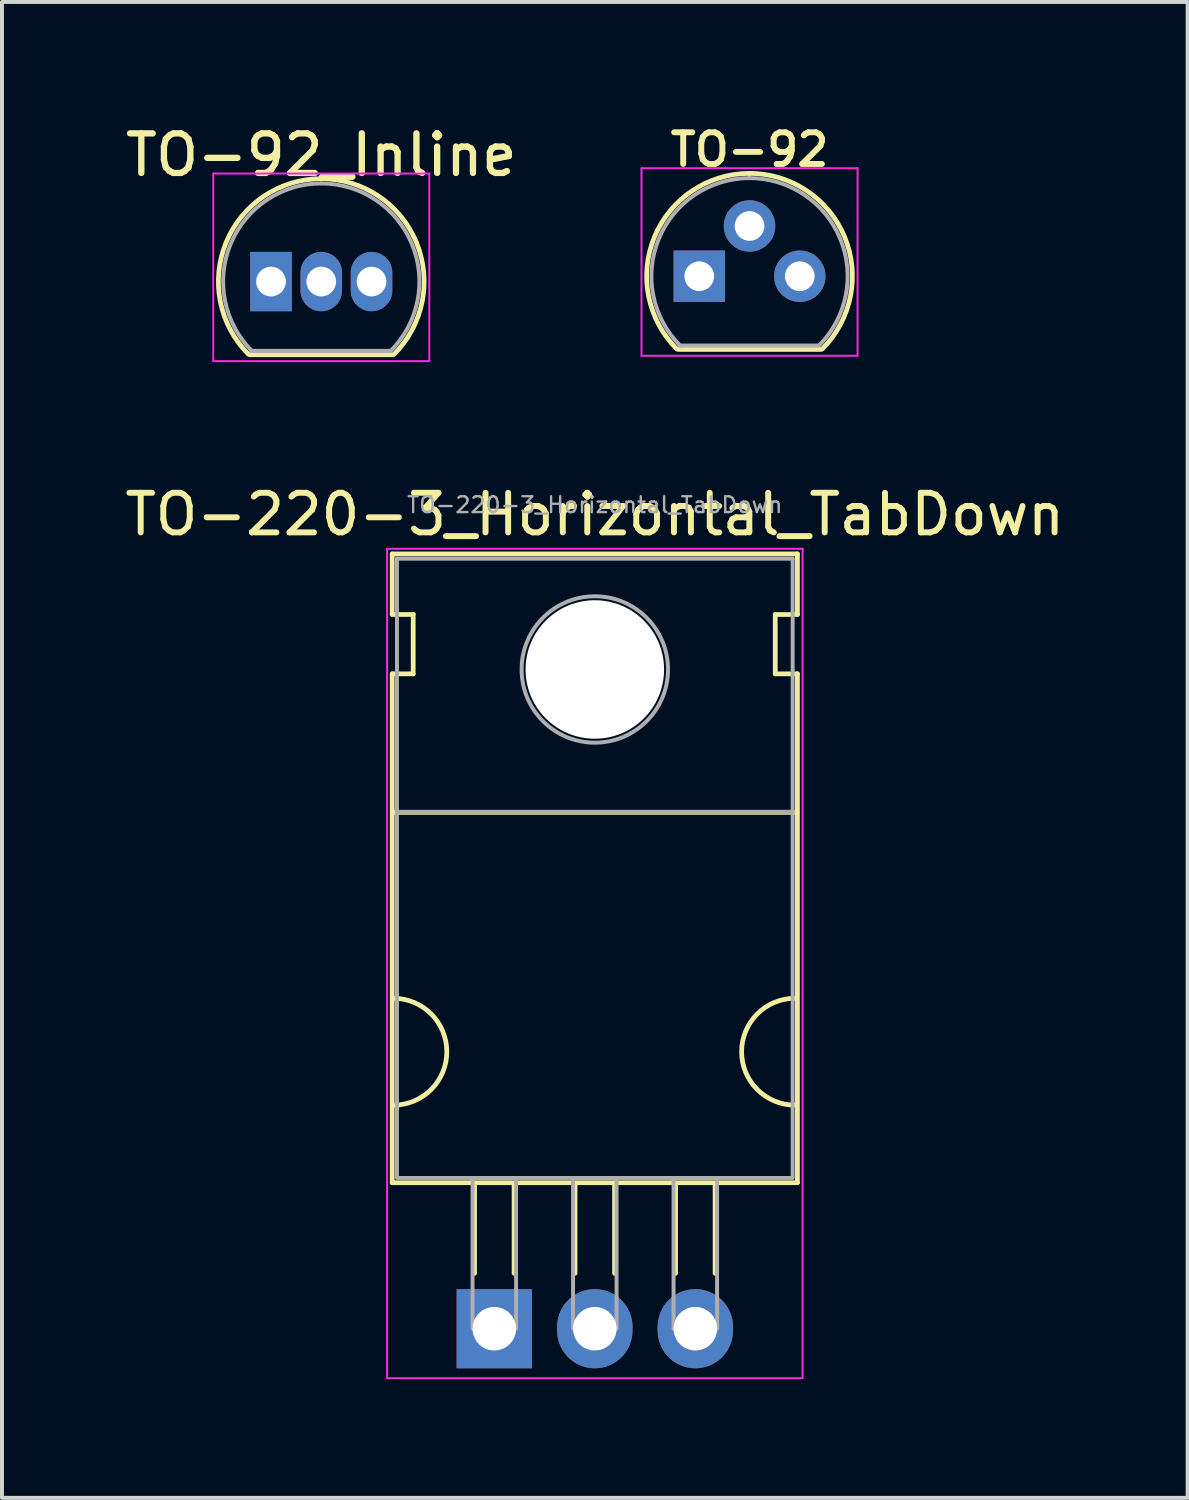
<source format=kicad_pcb>
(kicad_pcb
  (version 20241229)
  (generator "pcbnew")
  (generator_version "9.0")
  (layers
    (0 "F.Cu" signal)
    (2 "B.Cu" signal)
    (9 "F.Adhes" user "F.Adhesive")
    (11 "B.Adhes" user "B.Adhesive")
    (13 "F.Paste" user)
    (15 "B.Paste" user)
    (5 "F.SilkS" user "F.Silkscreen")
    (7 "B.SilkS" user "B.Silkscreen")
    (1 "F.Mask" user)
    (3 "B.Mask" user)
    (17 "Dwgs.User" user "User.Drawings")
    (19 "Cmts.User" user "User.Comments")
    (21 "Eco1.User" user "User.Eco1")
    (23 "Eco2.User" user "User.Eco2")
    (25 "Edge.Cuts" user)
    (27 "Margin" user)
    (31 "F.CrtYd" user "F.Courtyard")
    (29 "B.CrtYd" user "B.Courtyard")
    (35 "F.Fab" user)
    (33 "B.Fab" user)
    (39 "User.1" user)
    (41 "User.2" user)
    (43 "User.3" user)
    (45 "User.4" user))
  (footprint "TO-92_Inline"
    (layer "F.Cu")
    (at 3.799 4.066)
    (property "Reference" "TO-92_Inline" (at 1.27 -3.2 0) (layer "F.SilkS") (effects (font (size 1 1) (thickness 0.16))))
    (attr through_hole)
    (fp_line (start -0.53 1.85) (end 3.07 1.85) (stroke (width 0.12) (type solid)) (layer "F.SilkS"))
    (fp_arc (start -0.568478 1.838478) (mid -1.132087 -0.994977) (end 1.27 -2.6) (stroke (width 0.12) (type solid)) (layer "F.SilkS"))
    (fp_arc (start 1.27 -2.6) (mid 3.672087 -0.994977) (end 3.108478 1.838478) (stroke (width 0.12) (type solid)) (layer "F.SilkS"))
    (fp_line (start -1.46 -2.73) (end -1.46 2.01) (stroke (width 0.05) (type solid)) (layer "F.CrtYd"))
    (fp_line (start -1.46 -2.73) (end 4 -2.73) (stroke (width 0.05) (type solid)) (layer "F.CrtYd"))
    (fp_line (start 4 2.01) (end -1.46 2.01) (stroke (width 0.05) (type solid)) (layer "F.CrtYd"))
    (fp_line (start 4 2.01) (end 4 -2.73) (stroke (width 0.05) (type solid)) (layer "F.CrtYd"))
    (fp_line (start -0.5 1.75) (end 3 1.75) (stroke (width 0.1) (type solid)) (layer "F.Fab"))
    (fp_arc (start -0.483625 1.753625) (mid -1.021221 -0.949055) (end 1.27 -2.48) (stroke (width 0.1) (type solid)) (layer "F.Fab"))
    (fp_arc (start 1.27 -2.48) (mid 3.561221 -0.949055) (end 3.023625 1.753625) (stroke (width 0.1) (type solid)) (layer "F.Fab"))
    (pad "1" thru_hole rect (at 0 0) (size 1.05 1.5) (drill 0.75) (layers "*.Cu" "*.Mask"))
    (pad "2" thru_hole oval (at 1.27 0) (size 1.05 1.5) (drill 0.75) (layers "*.Cu" "*.Mask"))
    (pad "3" thru_hole oval (at 2.54 0) (size 1.05 1.5) (drill 0.75) (layers "*.Cu" "*.Mask")))
  (footprint "TO-220-3_Horizontal_TabDown"
    (layer "F.Cu")
    (at 9.442 30.529)
    (property "Reference" "TO-220-3_Horizontal_TabDown" (at 2.54 -20.58 0) (layer "F.SilkS") (effects (font (size 1 1) (thickness 0.15))))
    (fp_line (start -2.58 -19.58) (end -2.58 -18.05) (stroke (width 0.12) (type solid)) (layer "F.SilkS"))
    (fp_line (start -2.58 -19.58) (end 7.66 -19.58) (stroke (width 0.12) (type solid)) (layer "F.SilkS"))
    (fp_line (start -2.58 -18.05) (end -2.05 -18.05) (stroke (width 0.12) (type solid)) (layer "F.SilkS"))
    (fp_line (start -2.58 -16.55) (end -2.58 -3.69) (stroke (width 0.12) (type solid)) (layer "F.SilkS"))
    (fp_line (start -2.58 -3.69) (end 7.66 -3.69) (stroke (width 0.12) (type solid)) (layer "F.SilkS"))
    (fp_line (start -2.575 -13.05) (end 7.65 -13.05) (stroke (width 0.12) (type solid)) (layer "F.SilkS"))
    (fp_line (start -2.05 -18.05) (end -2.05 -16.55) (stroke (width 0.12) (type solid)) (layer "F.SilkS"))
    (fp_line (start -2.05 -16.55) (end -2.575 -16.55) (stroke (width 0.12) (type solid)) (layer "F.SilkS"))
    (fp_line (start -0.5 -3.65) (end -0.5 -1.4) (stroke (width 0.12) (type solid)) (layer "F.SilkS"))
    (fp_line (start 0.5 -3.65) (end 0.5 -1.4) (stroke (width 0.12) (type solid)) (layer "F.SilkS"))
    (fp_line (start 2.04 -3.65) (end 2.04 -1.4) (stroke (width 0.12) (type solid)) (layer "F.SilkS"))
    (fp_line (start 3.04 -3.65) (end 3.04 -1.4) (stroke (width 0.12) (type solid)) (layer "F.SilkS"))
    (fp_line (start 4.58 -3.65) (end 4.58 -1.4) (stroke (width 0.12) (type solid)) (layer "F.SilkS"))
    (fp_line (start 5.58 -3.65) (end 5.58 -1.4) (stroke (width 0.12) (type solid)) (layer "F.SilkS"))
    (fp_line (start 7.1 -18.05) (end 7.66 -18.05) (stroke (width 0.12) (type solid)) (layer "F.SilkS"))
    (fp_line (start 7.1 -16.55) (end 7.1 -18.05) (stroke (width 0.12) (type solid)) (layer "F.SilkS"))
    (fp_line (start 7.66 -19.58) (end 7.66 -18.05) (stroke (width 0.12) (type solid)) (layer "F.SilkS"))
    (fp_line (start 7.66 -16.55) (end 7.1 -16.55) (stroke (width 0.12) (type solid)) (layer "F.SilkS"))
    (fp_line (start 7.66 -16.55) (end 7.66 -3.69) (stroke (width 0.12) (type solid)) (layer "F.SilkS"))
    (fp_arc (start -2.55 -8.35) (mid -1.2 -7) (end -2.55 -5.65) (stroke (width 0.12) (type solid)) (layer "F.SilkS"))
    (fp_arc (start 7.6 -5.65) (mid 6.25 -7) (end 7.6 -8.35) (stroke (width 0.12) (type solid)) (layer "F.SilkS"))
    (fp_line (start -2.71 -19.71) (end -2.71 1.25) (stroke (width 0.05) (type solid)) (layer "F.CrtYd"))
    (fp_line (start -2.71 1.25) (end 7.79 1.25) (stroke (width 0.05) (type solid)) (layer "F.CrtYd"))
    (fp_line (start 7.79 -19.71) (end -2.71 -19.71) (stroke (width 0.05) (type solid)) (layer "F.CrtYd"))
    (fp_line (start 7.79 1.25) (end 7.79 -19.71) (stroke (width 0.05) (type solid)) (layer "F.CrtYd"))
    (fp_line (start -2.46 -19.46) (end 7.54 -19.46) (stroke (width 0.1) (type solid)) (layer "F.Fab"))
    (fp_line (start -2.46 -13.06) (end -2.46 -19.46) (stroke (width 0.1) (type solid)) (layer "F.Fab"))
    (fp_line (start 7.54 -19.46) (end 7.54 -13.06) (stroke (width 0.1) (type solid)) (layer "F.Fab"))
    (fp_line (start 7.54 -13.06) (end -2.46 -13.06) (stroke (width 0.1) (type solid)) (layer "F.Fab"))
    (fp_rect (start -2.46 -13.06) (end 7.54 -3.81) (stroke (width 0.1) (type solid)) (fill no) (layer "F.Fab"))
    (fp_rect (start -0.55 -3.81) (end 0.55 0) (stroke (width 0.1) (type default)) (fill no) (layer "F.Fab"))
    (fp_rect (start 1.99 -3.81) (end 3.09 0) (stroke (width 0.1) (type default)) (fill no) (layer "F.Fab"))
    (fp_rect (start 4.53 -3.81) (end 5.63 0) (stroke (width 0.1) (type default)) (fill no) (layer "F.Fab"))
    (fp_circle (center 2.54 -16.66) (end 4.39 -16.66) (stroke (width 0.1) (type solid)) (fill no) (layer "F.Fab"))
    (fp_text user "${REFERENCE}" (at 2.54 -20.82 0) (layer "F.Fab") (effects (font (size 0.4 0.4) (thickness 0.06))))
    (pad "" np_thru_hole oval (at 2.54 -16.66) (size 3.5 3.5) (drill 3.5) (layers "*.Cu" "*.Mask"))
    (pad "1" thru_hole rect (at 0 0) (size 1.905 2) (drill 1.1) (layers "*.Cu" "*.Mask"))
    (pad "2" thru_hole oval (at 2.54 0) (size 1.905 2) (drill 1.1) (layers "*.Cu" "*.Mask"))
    (pad "3" thru_hole oval (at 5.08 0) (size 1.905 2) (drill 1.1) (layers "*.Cu" "*.Mask")))
  (footprint "TO-92"
    (layer "F.Cu")
    (at 14.622 3.931)
    (property "Reference" "TO-92" (at 1.27 -3.2 0) (layer "F.SilkS") (effects (font (size 0.8 0.8) (thickness 0.15))))
    (attr through_hole)
    (fp_line (start -0.53 1.85) (end 3.07 1.85) (stroke (width 0.12) (type solid)) (layer "F.SilkS"))
    (fp_arc (start -0.568478 1.838478) (mid -1.132087 -0.994977) (end 1.27 -2.6) (stroke (width 0.12) (type solid)) (layer "F.SilkS"))
    (fp_arc (start 1.27 -2.6) (mid 3.672087 -0.994977) (end 3.108478 1.838478) (stroke (width 0.12) (type solid)) (layer "F.SilkS"))
    (fp_line (start -1.46 -2.73) (end -1.46 2.01) (stroke (width 0.05) (type solid)) (layer "F.CrtYd"))
    (fp_line (start -1.46 -2.73) (end 4 -2.73) (stroke (width 0.05) (type solid)) (layer "F.CrtYd"))
    (fp_line (start 4 2.01) (end -1.46 2.01) (stroke (width 0.05) (type solid)) (layer "F.CrtYd"))
    (fp_line (start 4 2.01) (end 4 -2.73) (stroke (width 0.05) (type solid)) (layer "F.CrtYd"))
    (fp_line (start -0.5 1.75) (end 3 1.75) (stroke (width 0.1) (type solid)) (layer "F.Fab"))
    (fp_arc (start -0.483625 1.753625) (mid -1.021221 -0.949055) (end 1.27 -2.48) (stroke (width 0.1) (type solid)) (layer "F.Fab"))
    (fp_arc (start 1.27 -2.48) (mid 3.561221 -0.949055) (end 3.023625 1.753625) (stroke (width 0.1) (type solid)) (layer "F.Fab"))
    (pad "1" thru_hole rect (at 0 0) (size 1.3 1.3) (drill 0.75) (layers "*.Cu" "*.Mask"))
    (pad "2" thru_hole circle (at 1.27 -1.27) (size 1.3 1.3) (drill 0.75) (layers "*.Cu" "*.Mask"))
    (pad "3" thru_hole circle (at 2.54 0) (size 1.3 1.3) (drill 0.75) (layers "*.Cu" "*.Mask")))
  (gr_rect
    (start -3 -3)
    (end 26.964 34.804)
    (stroke (width 0.1) (type default))
    (fill no)
    (layer "Edge.Cuts")))
</source>
